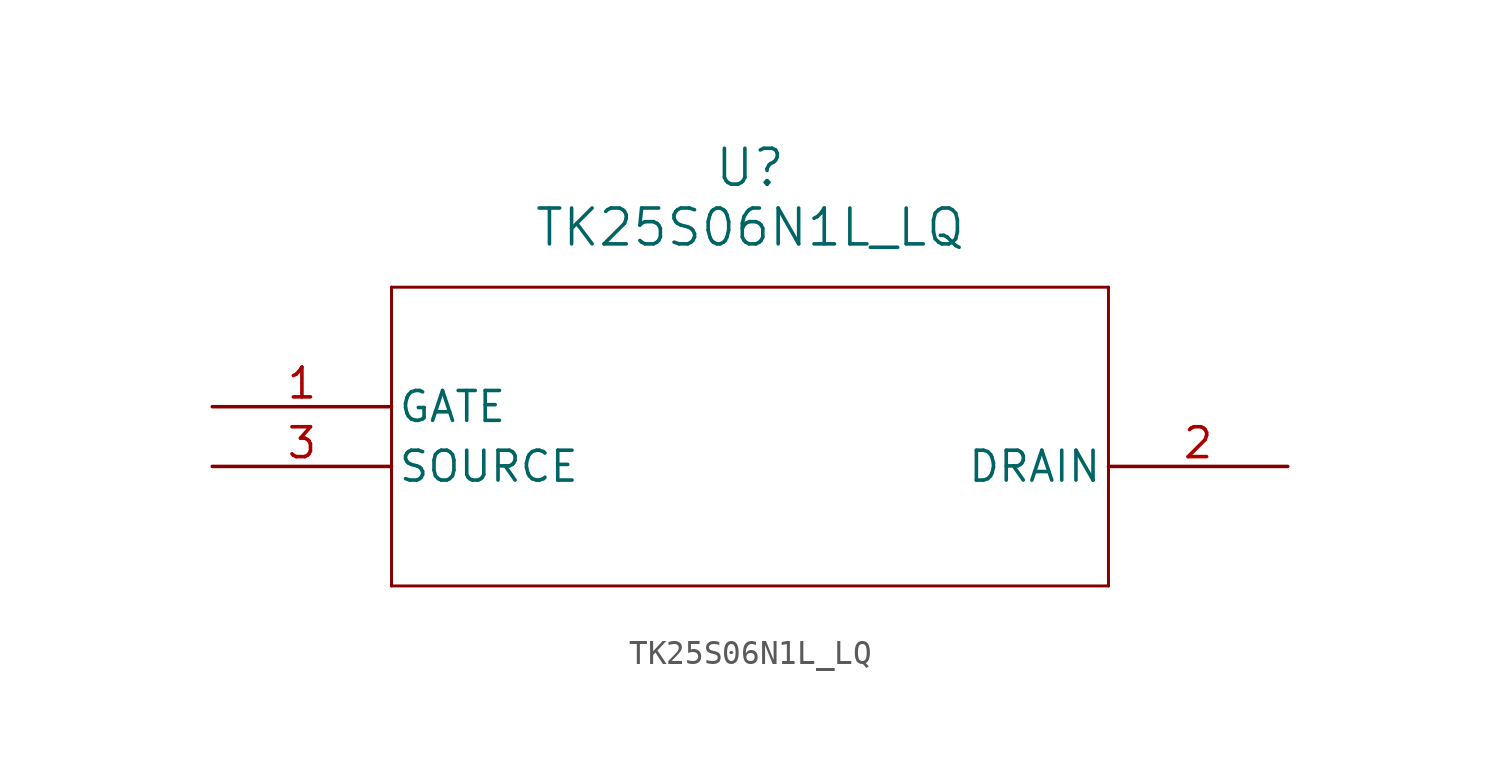
<source format=kicad_sym>
(kicad_symbol_lib
  (version 20211014)
  (generator kicad_symbol_editor)
  (symbol "TK25S06N1L_LQ"
    (pin_names
      (offset 0.254))
    (property "Reference" "U"
      (at 22.86 10.16 0)
      (effects (font (size 1.524 1.524))))
    (property "Value" "TK25S06N1L_LQ"
      (at 22.86 7.62 0)
      (effects (font (size 1.524 1.524))))
    (symbol "TK25S06N1L_LQ_0_1"
      (polyline (pts (xy 7.62 5.08) (xy 7.62 -7.62)) (stroke (width 0.127) (type default) (color 0 0 0 0)) (fill (type none)))
      (polyline (pts (xy 7.62 -7.62) (xy 38.1 -7.62)) (stroke (width 0.127) (type default) (color 0 0 0 0)) (fill (type none)))
      (polyline (pts (xy 38.1 -7.62) (xy 38.1 5.08)) (stroke (width 0.127) (type default) (color 0 0 0 0)) (fill (type none)))
      (polyline (pts (xy 38.1 5.08) (xy 7.62 5.08)) (stroke (width 0.127) (type default) (color 0 0 0 0)) (fill (type none)))
      (pin unspecified line (at 0 0 0) (length 7.62) (name "GATE" (effects (font (size 1.27 1.27)))) (number "1" (effects (font (size 1.27 1.27)))))
      (pin unspecified line (at 45.72 -2.54 180) (length 7.62) (name "DRAIN" (effects (font (size 1.27 1.27)))) (number "2" (effects (font (size 1.27 1.27)))))
      (pin unspecified line (at 0 -2.54 0) (length 7.62) (name "SOURCE" (effects (font (size 1.27 1.27)))) (number "3" (effects (font (size 1.27 1.27))))))))
</source>
